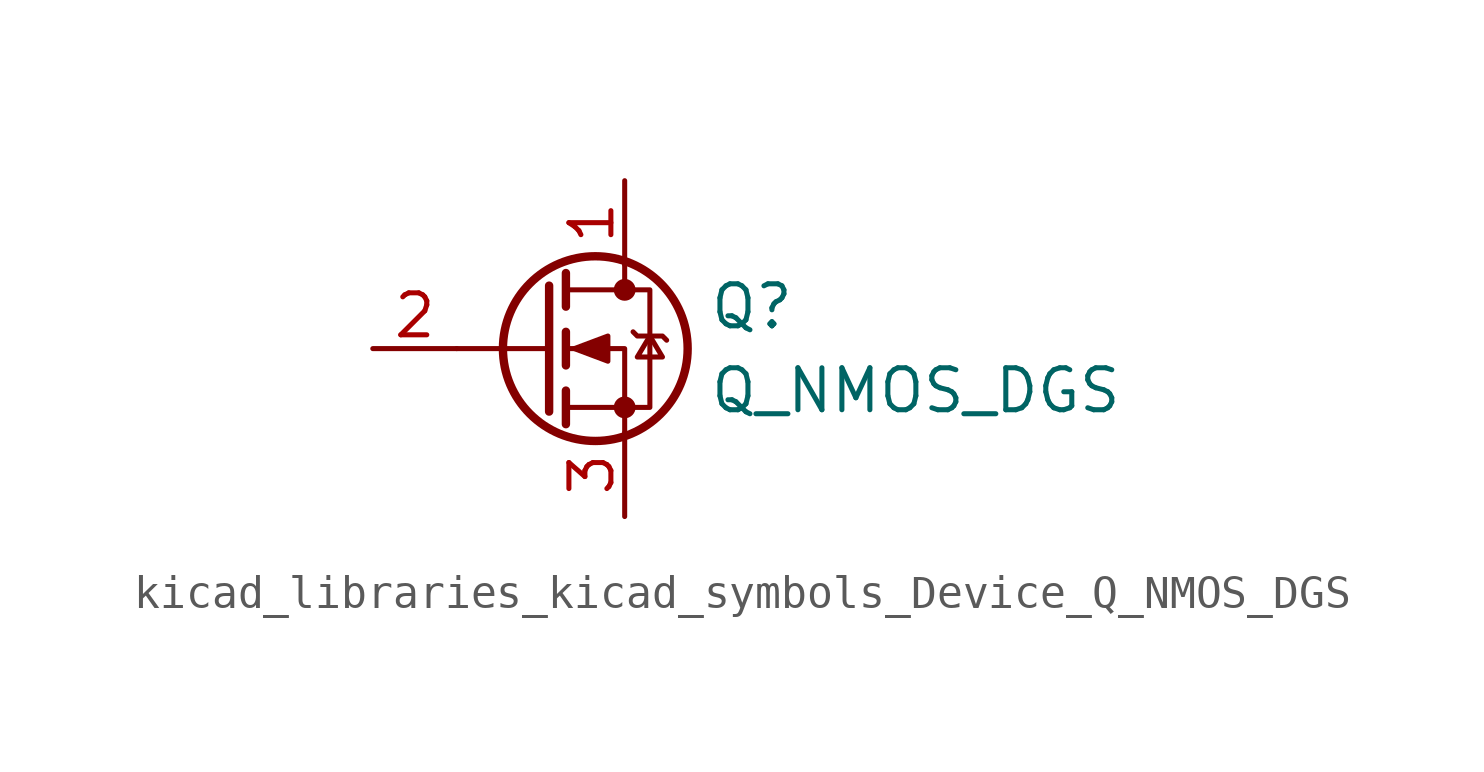
<source format=kicad_sym>
(kicad_symbol_lib
  (version 20220914)
  (generator kicad_symbol_editor)
  (symbol "kicad_libraries_kicad_symbols_Device_Q_NMOS_DGS"
    (pin_names
      (offset 0) hide)
    (property "Reference" "Q"
      (at 5.08 1.27 0)
      (effects (font (size 1.27 1.27)) (justify left)))
    (property "Value" "Q_NMOS_DGS"
      (at 5.08 -1.27 0)
      (effects (font (size 1.27 1.27)) (justify left)))
    (symbol "kicad_libraries_kicad_symbols_Device_Q_NMOS_DGS_0_1"
      (polyline (pts (xy 0.254 0) (xy -2.54 0)) (stroke (width 0) (type default)) (fill (type none)))
      (polyline (pts (xy 0.254 1.905) (xy 0.254 -1.905)) (stroke (width 0.254) (type default)) (fill (type none)))
      (polyline (pts (xy 0.762 -1.27) (xy 0.762 -2.286)) (stroke (width 0.254) (type default)) (fill (type none)))
      (polyline (pts (xy 0.762 0.508) (xy 0.762 -0.508)) (stroke (width 0.254) (type default)) (fill (type none)))
      (polyline (pts (xy 0.762 2.286) (xy 0.762 1.27)) (stroke (width 0.254) (type default)) (fill (type none)))
      (polyline (pts (xy 2.54 2.54) (xy 2.54 1.778)) (stroke (width 0) (type default)) (fill (type none)))
      (polyline (pts (xy 2.54 -2.54) (xy 2.54 0) (xy 0.762 0)) (stroke (width 0) (type default)) (fill (type none)))
      (polyline (pts (xy 0.762 -1.778) (xy 3.302 -1.778) (xy 3.302 1.778) (xy 0.762 1.778)) (stroke (width 0) (type default)) (fill (type none)))
      (polyline (pts (xy 1.016 0) (xy 2.032 0.381) (xy 2.032 -0.381) (xy 1.016 0)) (stroke (width 0) (type default)) (fill (type outline)))
      (polyline (pts (xy 2.794 0.508) (xy 2.921 0.381) (xy 3.683 0.381) (xy 3.81 0.254)) (stroke (width 0) (type default)) (fill (type none)))
      (polyline (pts (xy 3.302 0.381) (xy 2.921 -0.254) (xy 3.683 -0.254) (xy 3.302 0.381)) (stroke (width 0) (type default)) (fill (type none)))
      (circle (center 1.651 0) (radius 2.794) (stroke (width 0.254) (type default)) (fill (type none)))
      (circle (center 2.54 -1.778) (radius 0.254) (stroke (width 0) (type default)) (fill (type outline)))
      (circle (center 2.54 1.778) (radius 0.254) (stroke (width 0) (type default)) (fill (type outline))))
    (symbol "kicad_libraries_kicad_symbols_Device_Q_NMOS_DGS_1_1"
      (pin passive line (at 2.54 5.08 270) (length 2.54) (name "D" (effects (font (size 1.27 1.27)))) (number "1" (effects (font (size 1.27 1.27)))))
      (pin input line (at -5.08 0 0) (length 2.54) (name "G" (effects (font (size 1.27 1.27)))) (number "2" (effects (font (size 1.27 1.27)))))
      (pin passive line (at 2.54 -5.08 90) (length 2.54) (name "S" (effects (font (size 1.27 1.27)))) (number "3" (effects (font (size 1.27 1.27))))))))
</source>
